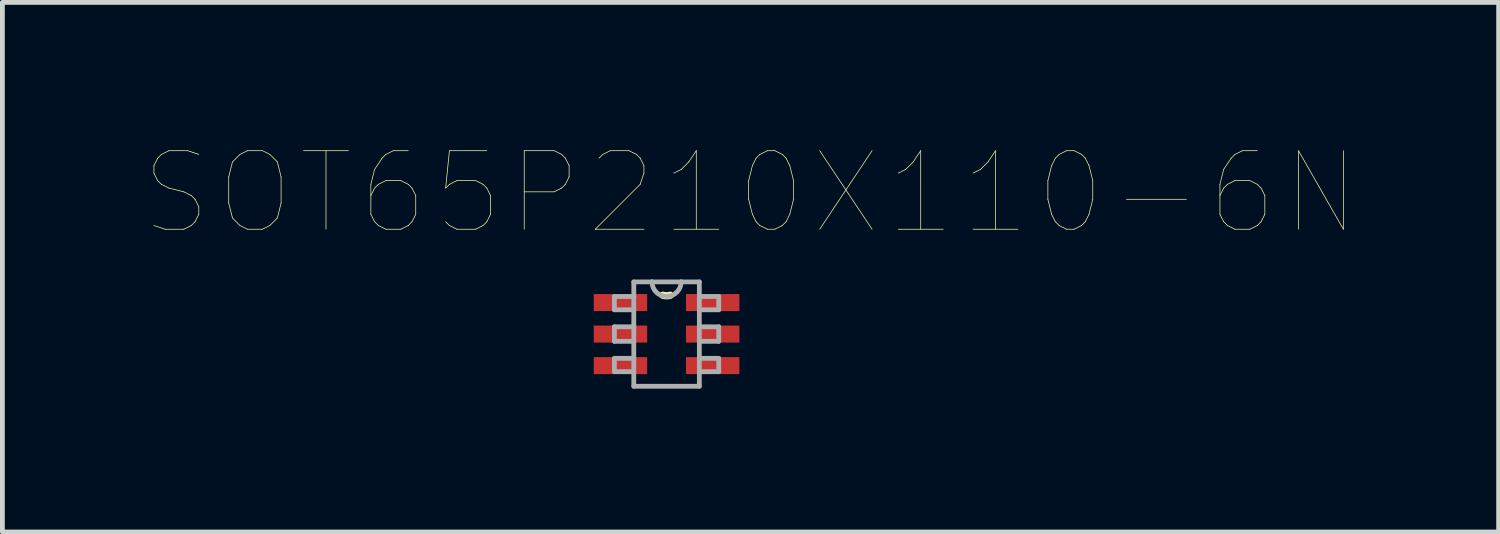
<source format=kicad_pcb>
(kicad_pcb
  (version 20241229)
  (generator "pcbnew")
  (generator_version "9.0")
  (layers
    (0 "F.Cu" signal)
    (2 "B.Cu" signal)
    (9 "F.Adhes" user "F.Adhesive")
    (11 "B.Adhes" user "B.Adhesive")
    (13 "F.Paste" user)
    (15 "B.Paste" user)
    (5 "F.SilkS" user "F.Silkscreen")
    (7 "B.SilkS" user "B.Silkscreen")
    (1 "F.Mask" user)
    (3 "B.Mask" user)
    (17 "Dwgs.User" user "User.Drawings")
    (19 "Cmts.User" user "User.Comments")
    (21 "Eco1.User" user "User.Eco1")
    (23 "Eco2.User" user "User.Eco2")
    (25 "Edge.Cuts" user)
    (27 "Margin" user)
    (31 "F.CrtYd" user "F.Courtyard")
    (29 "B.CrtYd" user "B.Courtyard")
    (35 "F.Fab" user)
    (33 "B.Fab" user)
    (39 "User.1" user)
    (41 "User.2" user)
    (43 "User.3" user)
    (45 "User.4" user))
  (footprint "SOT65P210X110-6N"
    (layer "F.Cu")
    (at 10.901 3.942)
    (property "Reference" "SOT65P210X110-6N" (at 1.757 -2.954 0) (layer "F.SilkS") (effects (font (size 1.644 1.644) (thickness 0.015))))
    (attr through_hole)
    (fp_arc (start 0.0762 -0.8128) (mid 0 -0.801752) (end -0.0762 -0.8128) (stroke (width 0.1524) (type solid)) (layer "F.SilkS"))
    (fp_line (start -1.092 -0.787) (end -1.092 -0.508) (stroke (width 0.1) (type solid)) (layer "F.Fab"))
    (fp_line (start -1.092 -0.508) (end -0.686 -0.508) (stroke (width 0.1) (type solid)) (layer "F.Fab"))
    (fp_line (start -1.092 -0.152) (end -1.092 0.152) (stroke (width 0.1) (type solid)) (layer "F.Fab"))
    (fp_line (start -1.092 0.152) (end -0.686 0.152) (stroke (width 0.1) (type solid)) (layer "F.Fab"))
    (fp_line (start -1.092 0.508) (end -1.092 0.787) (stroke (width 0.1) (type solid)) (layer "F.Fab"))
    (fp_line (start -1.092 0.787) (end -0.686 0.787) (stroke (width 0.1) (type solid)) (layer "F.Fab"))
    (fp_line (start -0.686 -1.092) (end -0.686 -0.787) (stroke (width 0.1) (type solid)) (layer "F.Fab"))
    (fp_line (start -0.686 -0.787) (end -1.092 -0.787) (stroke (width 0.1) (type solid)) (layer "F.Fab"))
    (fp_line (start -0.686 -0.787) (end -0.686 -0.508) (stroke (width 0.1) (type solid)) (layer "F.Fab"))
    (fp_line (start -0.686 -0.508) (end -0.686 -0.152) (stroke (width 0.1) (type solid)) (layer "F.Fab"))
    (fp_line (start -0.686 -0.152) (end -1.092 -0.152) (stroke (width 0.1) (type solid)) (layer "F.Fab"))
    (fp_line (start -0.686 -0.152) (end -0.686 0.152) (stroke (width 0.1) (type solid)) (layer "F.Fab"))
    (fp_line (start -0.686 0.152) (end -0.686 0.508) (stroke (width 0.1) (type solid)) (layer "F.Fab"))
    (fp_line (start -0.686 0.508) (end -1.092 0.508) (stroke (width 0.1) (type solid)) (layer "F.Fab"))
    (fp_line (start -0.686 0.508) (end -0.686 0.787) (stroke (width 0.1) (type solid)) (layer "F.Fab"))
    (fp_line (start -0.686 0.787) (end -0.686 1.092) (stroke (width 0.1) (type solid)) (layer "F.Fab"))
    (fp_line (start -0.686 1.092) (end 0.686 1.092) (stroke (width 0.1) (type solid)) (layer "F.Fab"))
    (fp_line (start -0.305 -1.092) (end -0.686 -1.092) (stroke (width 0.1) (type solid)) (layer "F.Fab"))
    (fp_line (start 0.305 -1.092) (end -0.305 -1.092) (stroke (width 0.1) (type solid)) (layer "F.Fab"))
    (fp_line (start 0.686 -1.092) (end 0.305 -1.092) (stroke (width 0.1) (type solid)) (layer "F.Fab"))
    (fp_line (start 0.686 -0.787) (end 0.686 -1.092) (stroke (width 0.1) (type solid)) (layer "F.Fab"))
    (fp_line (start 0.686 -0.508) (end 0.686 -0.787) (stroke (width 0.1) (type solid)) (layer "F.Fab"))
    (fp_line (start 0.686 -0.508) (end 1.092 -0.508) (stroke (width 0.1) (type solid)) (layer "F.Fab"))
    (fp_line (start 0.686 -0.152) (end 0.686 -0.508) (stroke (width 0.1) (type solid)) (layer "F.Fab"))
    (fp_line (start 0.686 0.152) (end 0.686 -0.152) (stroke (width 0.1) (type solid)) (layer "F.Fab"))
    (fp_line (start 0.686 0.152) (end 1.092 0.152) (stroke (width 0.1) (type solid)) (layer "F.Fab"))
    (fp_line (start 0.686 0.508) (end 0.686 0.152) (stroke (width 0.1) (type solid)) (layer "F.Fab"))
    (fp_line (start 0.686 0.787) (end 0.686 0.508) (stroke (width 0.1) (type solid)) (layer "F.Fab"))
    (fp_line (start 0.686 0.787) (end 1.092 0.787) (stroke (width 0.1) (type solid)) (layer "F.Fab"))
    (fp_line (start 0.686 1.092) (end 0.686 0.787) (stroke (width 0.1) (type solid)) (layer "F.Fab"))
    (fp_line (start 1.092 -0.787) (end 0.686 -0.787) (stroke (width 0.1) (type solid)) (layer "F.Fab"))
    (fp_line (start 1.092 -0.508) (end 1.092 -0.787) (stroke (width 0.1) (type solid)) (layer "F.Fab"))
    (fp_line (start 1.092 -0.152) (end 0.686 -0.152) (stroke (width 0.1) (type solid)) (layer "F.Fab"))
    (fp_line (start 1.092 0.152) (end 1.092 -0.152) (stroke (width 0.1) (type solid)) (layer "F.Fab"))
    (fp_line (start 1.092 0.508) (end 0.686 0.508) (stroke (width 0.1) (type solid)) (layer "F.Fab"))
    (fp_line (start 1.092 0.787) (end 1.092 0.508) (stroke (width 0.1) (type solid)) (layer "F.Fab"))
    (fp_arc (start 0.3048 -1.0922) (mid 0 -0.7874) (end -0.3048 -1.0922) (stroke (width 0.1) (type solid)) (layer "F.Fab"))
    (pad "1" smd rect (at -0.965 -0.66) (size 1.118 0.356) (layers "F.Cu" "F.Mask" "F.Paste"))
    (pad "2" smd rect (at -0.965 0) (size 1.118 0.356) (layers "F.Cu" "F.Mask" "F.Paste"))
    (pad "3" smd rect (at -0.965 0.66) (size 1.118 0.356) (layers "F.Cu" "F.Mask" "F.Paste"))
    (pad "4" smd rect (at 0.965 0.66) (size 1.118 0.356) (layers "F.Cu" "F.Mask" "F.Paste"))
    (pad "5" smd rect (at 0.965 0) (size 1.118 0.356) (layers "F.Cu" "F.Mask" "F.Paste"))
    (pad "6" smd rect (at 0.965 -0.66) (size 1.118 0.356) (layers "F.Cu" "F.Mask" "F.Paste")))
  (gr_rect
    (start -3 -3)
    (end 28.316 8.084)
    (stroke (width 0.1) (type default))
    (fill no)
    (layer "Edge.Cuts")))
</source>
